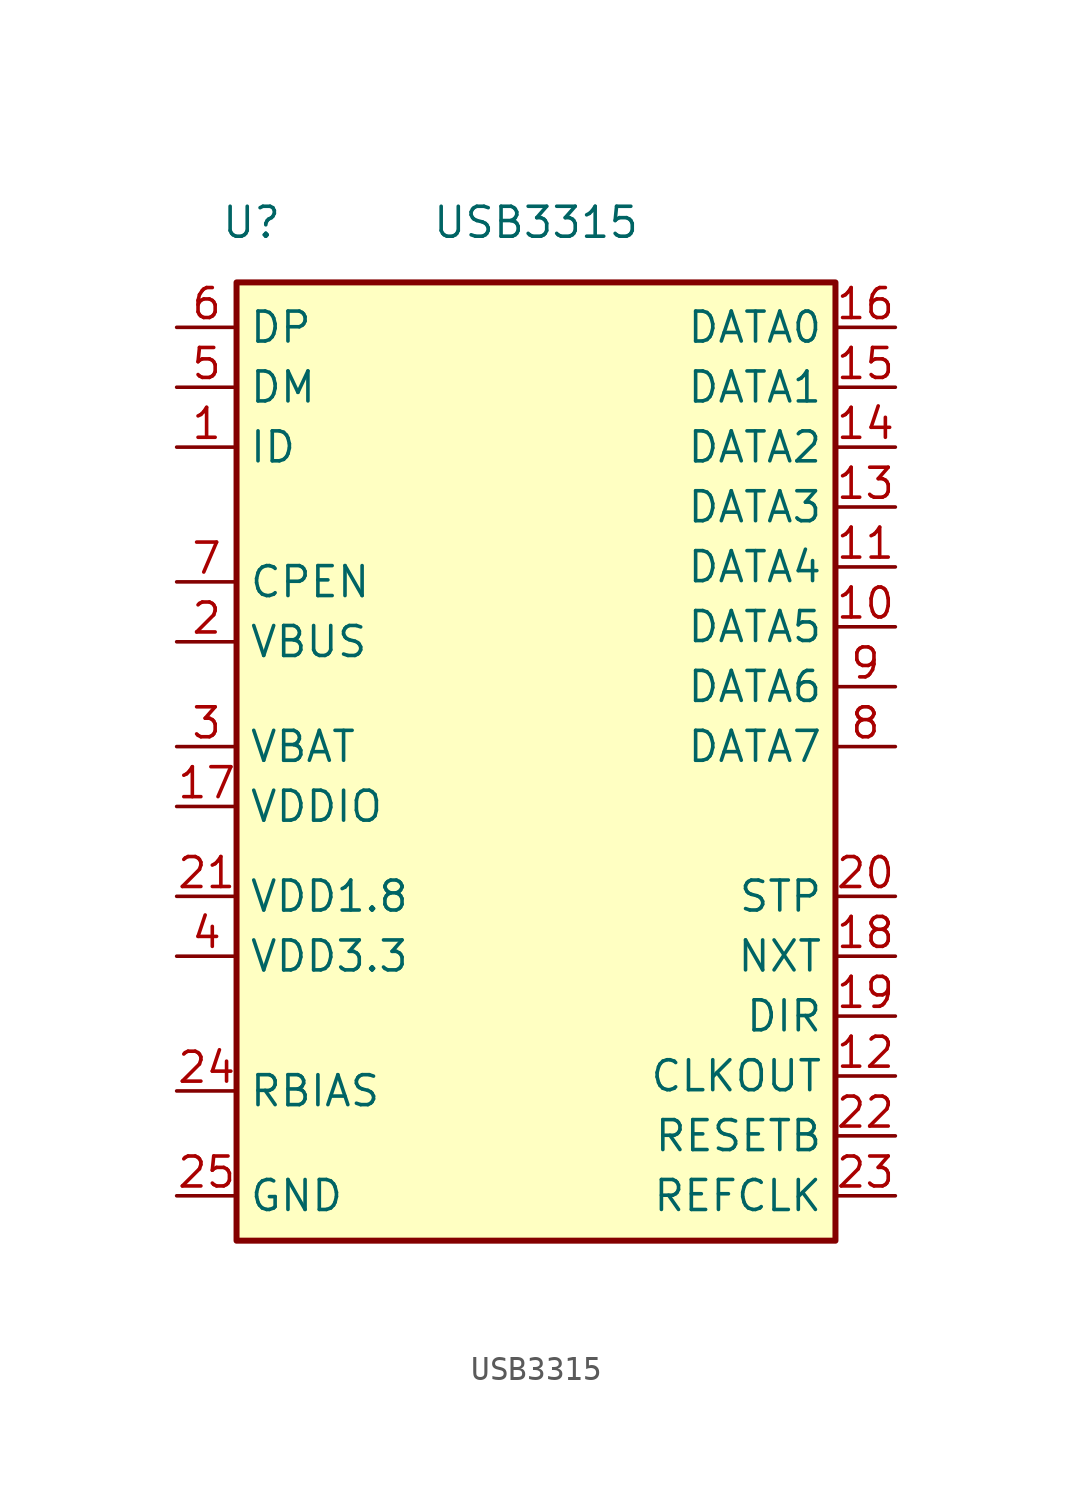
<source format=kicad_sym>
(kicad_symbol_lib
  (version 20220914)
  (generator kicad_symbol_editor)
  (symbol "USB3315"
    (property "Reference" "U"
      (at 0.635 2.54 0)
      (effects (font (size 1.27 1.27))))
    (property "Value" "USB3315"
      (at 12.7 2.54 0)
      (effects (font (size 1.27 1.27))))
    (symbol "USB3315_0_1"
      (rectangle (start 0 0) (end 25.4 -40.64) (stroke (width 0.254) (type default)) (fill (type background))))
    (symbol "USB3315_1_1"
      (pin input line (at -2.54 -6.985 0) (length 2.54) (name "ID" (effects (font (size 1.27 1.27)))) (number "1" (effects (font (size 1.27 1.27)))))
      (pin bidirectional line (at 27.94 -14.605 180) (length 2.54) (name "DATA5" (effects (font (size 1.27 1.27)))) (number "10" (effects (font (size 1.27 1.27)))))
      (pin bidirectional line (at 27.94 -12.065 180) (length 2.54) (name "DATA4" (effects (font (size 1.27 1.27)))) (number "11" (effects (font (size 1.27 1.27)))))
      (pin output line (at 27.94 -33.655 180) (length 2.54) (name "CLKOUT" (effects (font (size 1.27 1.27)))) (number "12" (effects (font (size 1.27 1.27)))))
      (pin bidirectional line (at 27.94 -9.525 180) (length 2.54) (name "DATA3" (effects (font (size 1.27 1.27)))) (number "13" (effects (font (size 1.27 1.27)))))
      (pin bidirectional line (at 27.94 -6.985 180) (length 2.54) (name "DATA2" (effects (font (size 1.27 1.27)))) (number "14" (effects (font (size 1.27 1.27)))))
      (pin bidirectional line (at 27.94 -4.445 180) (length 2.54) (name "DATA1" (effects (font (size 1.27 1.27)))) (number "15" (effects (font (size 1.27 1.27)))))
      (pin bidirectional line (at 27.94 -1.905 180) (length 2.54) (name "DATA0" (effects (font (size 1.27 1.27)))) (number "16" (effects (font (size 1.27 1.27)))))
      (pin power_in line (at -2.54 -22.225 0) (length 2.54) (name "VDDIO" (effects (font (size 1.27 1.27)))) (number "17" (effects (font (size 1.27 1.27)))))
      (pin output line (at 27.94 -28.575 180) (length 2.54) (name "NXT" (effects (font (size 1.27 1.27)))) (number "18" (effects (font (size 1.27 1.27)))))
      (pin output line (at 27.94 -31.115 180) (length 2.54) (name "DIR" (effects (font (size 1.27 1.27)))) (number "19" (effects (font (size 1.27 1.27)))))
      (pin bidirectional line (at -2.54 -15.24 0) (length 2.54) (name "VBUS" (effects (font (size 1.27 1.27)))) (number "2" (effects (font (size 1.27 1.27)))))
      (pin input line (at 27.94 -26.035 180) (length 2.54) (name "STP" (effects (font (size 1.27 1.27)))) (number "20" (effects (font (size 1.27 1.27)))))
      (pin power_out line (at -2.54 -26.035 0) (length 2.54) (name "VDD1.8" (effects (font (size 1.27 1.27)))) (number "21" (effects (font (size 1.27 1.27)))))
      (pin input line (at 27.94 -36.195 180) (length 2.54) (name "RESETB" (effects (font (size 1.27 1.27)))) (number "22" (effects (font (size 1.27 1.27)))))
      (pin input line (at 27.94 -38.735 180) (length 2.54) (name "REFCLK" (effects (font (size 1.27 1.27)))) (number "23" (effects (font (size 1.27 1.27)))))
      (pin passive line (at -2.54 -34.29 0) (length 2.54) (name "RBIAS" (effects (font (size 1.27 1.27)))) (number "24" (effects (font (size 1.27 1.27)))))
      (pin power_in line (at -2.54 -38.735 0) (length 2.54) (name "GND" (effects (font (size 1.27 1.27)))) (number "25" (effects (font (size 1.27 1.27)))))
      (pin power_in line (at -2.54 -19.685 0) (length 2.54) (name "VBAT" (effects (font (size 1.27 1.27)))) (number "3" (effects (font (size 1.27 1.27)))))
      (pin power_out line (at -2.54 -28.575 0) (length 2.54) (name "VDD3.3" (effects (font (size 1.27 1.27)))) (number "4" (effects (font (size 1.27 1.27)))))
      (pin bidirectional line (at -2.54 -4.445 0) (length 2.54) (name "DM" (effects (font (size 1.27 1.27)))) (number "5" (effects (font (size 1.27 1.27)))))
      (pin bidirectional line (at -2.54 -1.905 0) (length 2.54) (name "DP" (effects (font (size 1.27 1.27)))) (number "6" (effects (font (size 1.27 1.27)))))
      (pin output line (at -2.54 -12.7 0) (length 2.54) (name "CPEN" (effects (font (size 1.27 1.27)))) (number "7" (effects (font (size 1.27 1.27)))))
      (pin bidirectional line (at 27.94 -19.685 180) (length 2.54) (name "DATA7" (effects (font (size 1.27 1.27)))) (number "8" (effects (font (size 1.27 1.27)))))
      (pin bidirectional line (at 27.94 -17.145 180) (length 2.54) (name "DATA6" (effects (font (size 1.27 1.27)))) (number "9" (effects (font (size 1.27 1.27))))))))
</source>
